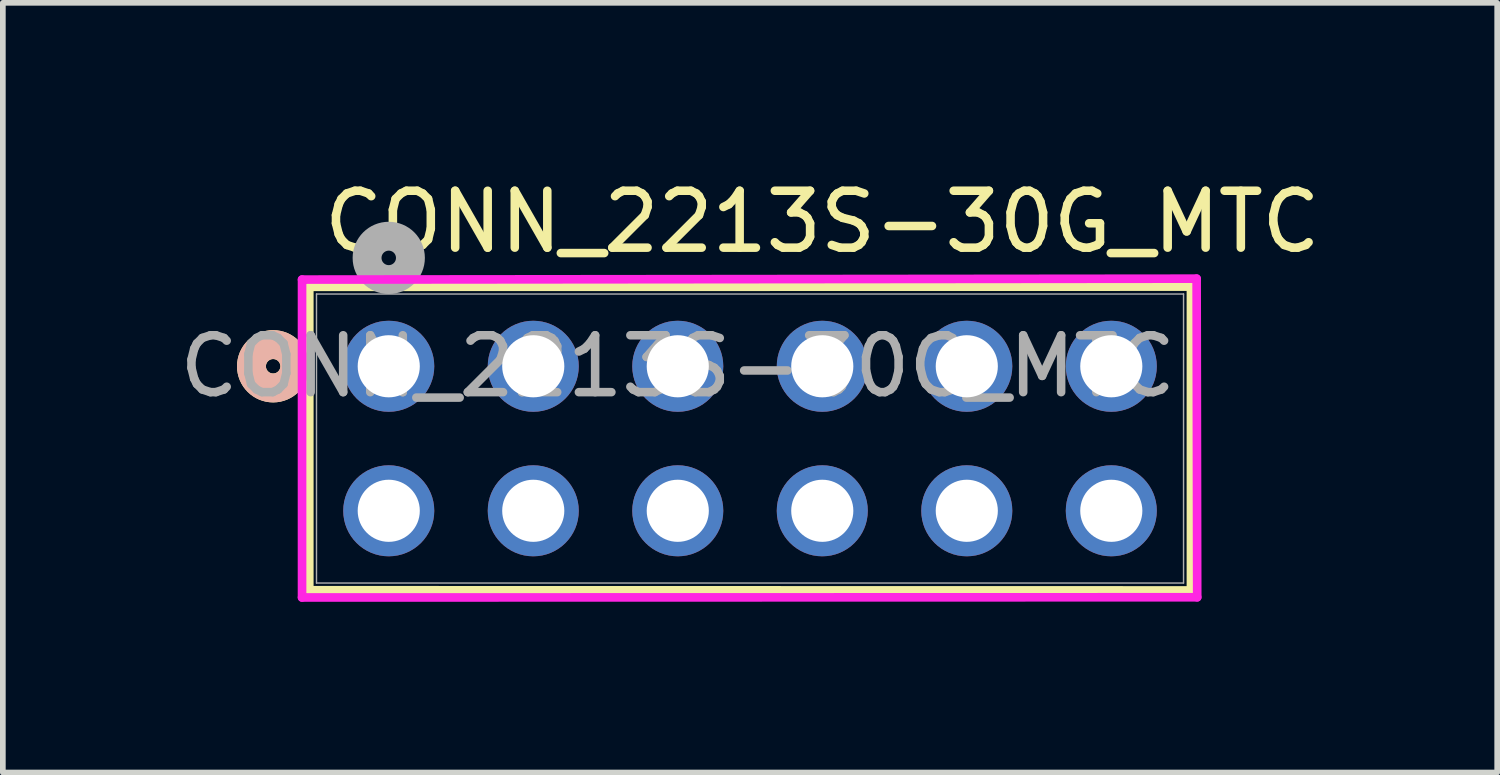
<source format=kicad_pcb>
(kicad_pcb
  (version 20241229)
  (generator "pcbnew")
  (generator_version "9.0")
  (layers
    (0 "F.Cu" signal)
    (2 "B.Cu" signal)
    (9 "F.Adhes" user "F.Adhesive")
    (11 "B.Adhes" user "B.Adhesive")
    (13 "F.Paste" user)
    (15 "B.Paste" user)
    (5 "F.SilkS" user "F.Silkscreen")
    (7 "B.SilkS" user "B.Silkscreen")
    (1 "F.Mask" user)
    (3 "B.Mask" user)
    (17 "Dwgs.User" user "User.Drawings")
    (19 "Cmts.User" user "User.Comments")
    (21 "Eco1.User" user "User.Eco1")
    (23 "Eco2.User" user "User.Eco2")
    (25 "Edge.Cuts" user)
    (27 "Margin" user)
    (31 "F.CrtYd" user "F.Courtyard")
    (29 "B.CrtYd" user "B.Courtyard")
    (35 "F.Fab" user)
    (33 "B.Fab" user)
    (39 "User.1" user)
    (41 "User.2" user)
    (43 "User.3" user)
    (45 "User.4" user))
  (footprint "CONN_2213S-30G_MTC"
    (layer "F.Cu")
    (at 3.783 3.388)
    (property "Reference" "CONN_2213S-30G_MTC" (at 7.62 -2.54 0) (unlocked yes) (layer "F.SilkS") (effects (font (size 1 1) (thickness 0.15))))
    (attr through_hole)
    (fp_line (start -1.397 -1.397) (end -1.397 3.937) (stroke (width 0.152) (type solid)) (layer "F.SilkS"))
    (fp_line (start -1.397 3.937) (end 14.1 3.94) (stroke (width 0.152) (type solid)) (layer "F.SilkS"))
    (fp_line (start 14.1 -1.4) (end -1.397 -1.397) (stroke (width 0.152) (type solid)) (layer "F.SilkS"))
    (fp_line (start 14.1 3.94) (end 14.1 -1.4) (stroke (width 0.152) (type solid)) (layer "F.SilkS"))
    (fp_circle (center -2.032 0) (end -1.651 0) (stroke (width 0.508) (type solid)) (fill no) (layer "F.SilkS"))
    (fp_circle (center -2.032 0) (end -1.651 0) (stroke (width 0.508) (type solid)) (fill no) (layer "B.SilkS"))
    (fp_line (start -1.524 -1.524) (end -1.524 4.064) (stroke (width 0.152) (type solid)) (layer "F.CrtYd"))
    (fp_line (start -1.524 4.064) (end 14.21 4.06) (stroke (width 0.152) (type solid)) (layer "F.CrtYd"))
    (fp_line (start 14.2 -1.54) (end -1.524 -1.524) (stroke (width 0.152) (type solid)) (layer "F.CrtYd"))
    (fp_line (start 14.21 4.06) (end 14.2 -1.54) (stroke (width 0.152) (type solid)) (layer "F.CrtYd"))
    (fp_line (start -1.27 -1.27) (end -1.27 3.81) (stroke (width 0.025) (type solid)) (layer "F.Fab"))
    (fp_line (start -1.27 3.81) (end 13.97 3.81) (stroke (width 0.025) (type solid)) (layer "F.Fab"))
    (fp_line (start 13.97 -1.27) (end -1.27 -1.27) (stroke (width 0.025) (type solid)) (layer "F.Fab"))
    (fp_line (start 13.97 3.81) (end 13.97 -1.27) (stroke (width 0.025) (type solid)) (layer "F.Fab"))
    (fp_circle (center 0 -1.905) (end 0.381 -1.905) (stroke (width 0.508) (type solid)) (fill no) (layer "F.Fab"))
    (fp_text user "${REFERENCE}" (at 5.08 0 0) (unlocked yes) (layer "F.Fab") (effects (font (size 1 1) (thickness 0.15))))
    (pad "1" thru_hole circle (at 0 0) (size 1.6 1.6) (drill 1.092) (layers "*.Cu" "*.Mask"))
    (pad "2" thru_hole circle (at 2.54 0) (size 1.6 1.6) (drill 1.092) (layers "*.Cu" "*.Mask"))
    (pad "3" thru_hole circle (at 5.08 0) (size 1.6 1.6) (drill 1.092) (layers "*.Cu" "*.Mask"))
    (pad "4" thru_hole circle (at 7.62 0) (size 1.6 1.6) (drill 1.092) (layers "*.Cu" "*.Mask"))
    (pad "5" thru_hole circle (at 10.16 0) (size 1.6 1.6) (drill 1.092) (layers "*.Cu" "*.Mask"))
    (pad "6" thru_hole circle (at 12.7 0) (size 1.6 1.6) (drill 1.092) (layers "*.Cu" "*.Mask"))
    (pad "7" thru_hole circle (at 0 2.54) (size 1.6 1.6) (drill 1.092) (layers "*.Cu" "*.Mask"))
    (pad "8" thru_hole circle (at 2.54 2.54) (size 1.6 1.6) (drill 1.092) (layers "*.Cu" "*.Mask"))
    (pad "9" thru_hole circle (at 5.08 2.54) (size 1.6 1.6) (drill 1.092) (layers "*.Cu" "*.Mask"))
    (pad "10" thru_hole circle (at 7.62 2.54) (size 1.6 1.6) (drill 1.092) (layers "*.Cu" "*.Mask"))
    (pad "11" thru_hole circle (at 10.16 2.54) (size 1.6 1.6) (drill 1.092) (layers "*.Cu" "*.Mask"))
    (pad "12" thru_hole circle (at 12.7 2.54) (size 1.6 1.6) (drill 1.092) (layers "*.Cu" "*.Mask")))
  (gr_rect
    (start -3 -3)
    (end 23.266 10.528)
    (stroke (width 0.1) (type default))
    (fill no)
    (layer "Edge.Cuts")))
</source>
